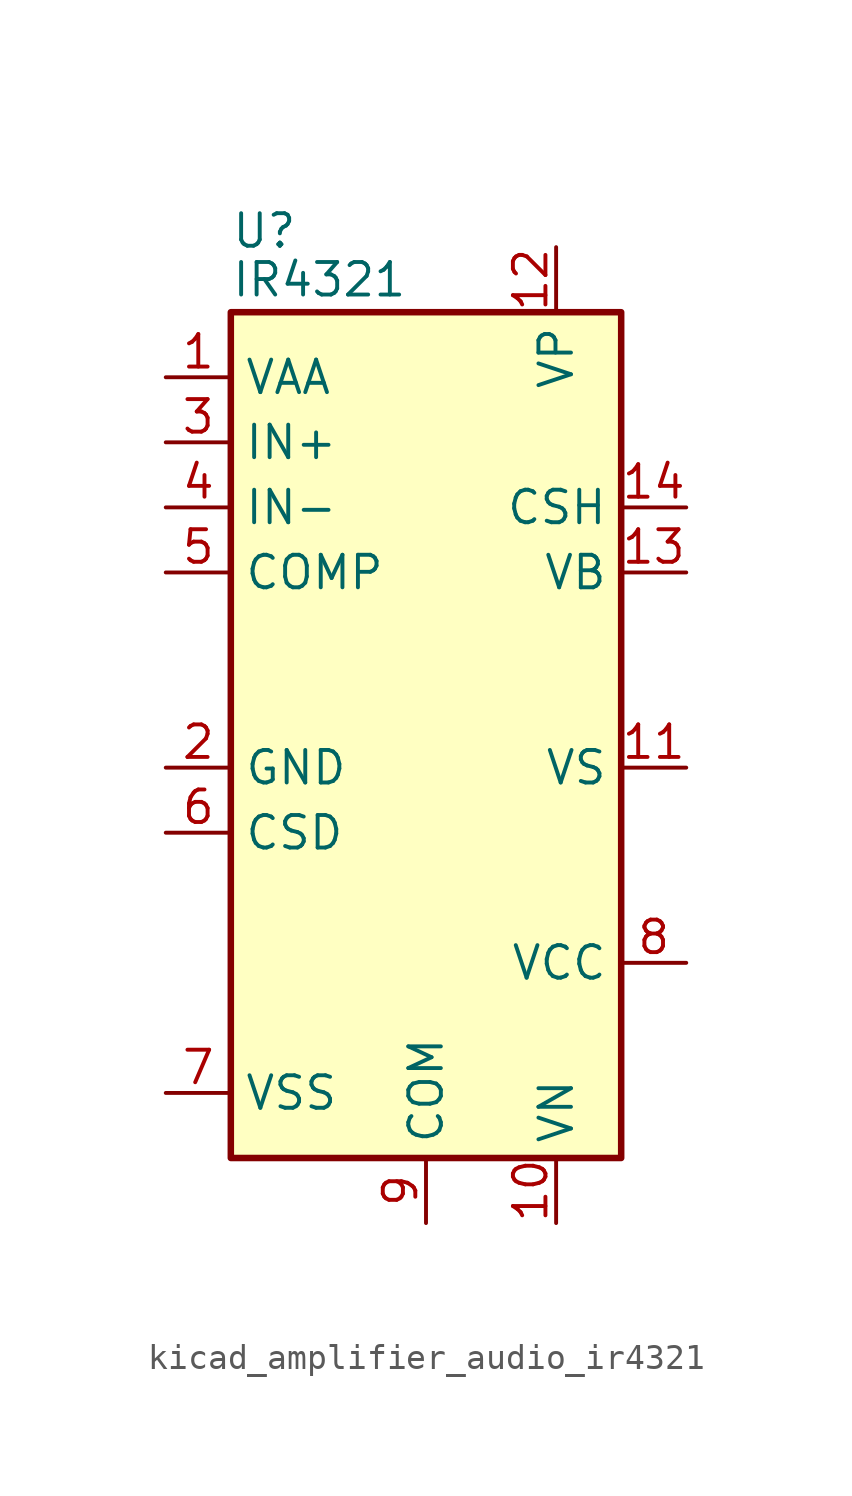
<source format=kicad_sym>
(kicad_symbol_lib
  (version 20220914)
  (generator kicad_symbol_editor)
  (symbol "kicad_amplifier_audio_ir4321"
    (property "Reference" "U"
      (at -7.62 20.955 0)
      (effects (font (size 1.27 1.27)) (justify left)))
    (property "Value" "IR4321"
      (at -7.62 19.05 0)
      (effects (font (size 1.27 1.27)) (justify left)))
    (symbol "kicad_amplifier_audio_ir4321_0_1"
      (rectangle (start -7.62 -15.24) (end 7.62 17.78) (stroke (width 0.254) (type default)) (fill (type background))))
    (symbol "kicad_amplifier_audio_ir4321_1_1"
      (pin power_in line (at -10.16 15.24 0) (length 2.54) (name "VAA" (effects (font (size 1.27 1.27)))) (number "1" (effects (font (size 1.27 1.27)))))
      (pin power_in line (at 5.08 -17.78 90) (length 2.54) (name "VN" (effects (font (size 1.27 1.27)))) (number "10" (effects (font (size 1.27 1.27)))))
      (pin output line (at 10.16 0 180) (length 2.54) (name "VS" (effects (font (size 1.27 1.27)))) (number "11" (effects (font (size 1.27 1.27)))))
      (pin power_in line (at 5.08 20.32 270) (length 2.54) (name "VP" (effects (font (size 1.27 1.27)))) (number "12" (effects (font (size 1.27 1.27)))))
      (pin power_in line (at 10.16 7.62 180) (length 2.54) (name "VB" (effects (font (size 1.27 1.27)))) (number "13" (effects (font (size 1.27 1.27)))))
      (pin passive line (at 10.16 10.16 180) (length 2.54) (name "CSH" (effects (font (size 1.27 1.27)))) (number "14" (effects (font (size 1.27 1.27)))))
      (pin passive line (at 0 -17.78 90) (length 2.54) hide (name "COM" (effects (font (size 1.27 1.27)))) (number "15" (effects (font (size 1.27 1.27)))))
      (pin power_in line (at -10.16 0 0) (length 2.54) (name "GND" (effects (font (size 1.27 1.27)))) (number "2" (effects (font (size 1.27 1.27)))))
      (pin input line (at -10.16 12.7 0) (length 2.54) (name "IN+" (effects (font (size 1.27 1.27)))) (number "3" (effects (font (size 1.27 1.27)))))
      (pin input line (at -10.16 10.16 0) (length 2.54) (name "IN-" (effects (font (size 1.27 1.27)))) (number "4" (effects (font (size 1.27 1.27)))))
      (pin output line (at -10.16 7.62 0) (length 2.54) (name "COMP" (effects (font (size 1.27 1.27)))) (number "5" (effects (font (size 1.27 1.27)))))
      (pin passive line (at -10.16 -2.54 0) (length 2.54) (name "CSD" (effects (font (size 1.27 1.27)))) (number "6" (effects (font (size 1.27 1.27)))))
      (pin power_in line (at -10.16 -12.7 0) (length 2.54) (name "VSS" (effects (font (size 1.27 1.27)))) (number "7" (effects (font (size 1.27 1.27)))))
      (pin power_in line (at 10.16 -7.62 180) (length 2.54) (name "VCC" (effects (font (size 1.27 1.27)))) (number "8" (effects (font (size 1.27 1.27)))))
      (pin power_in line (at 0 -17.78 90) (length 2.54) (name "COM" (effects (font (size 1.27 1.27)))) (number "9" (effects (font (size 1.27 1.27))))))))
</source>
